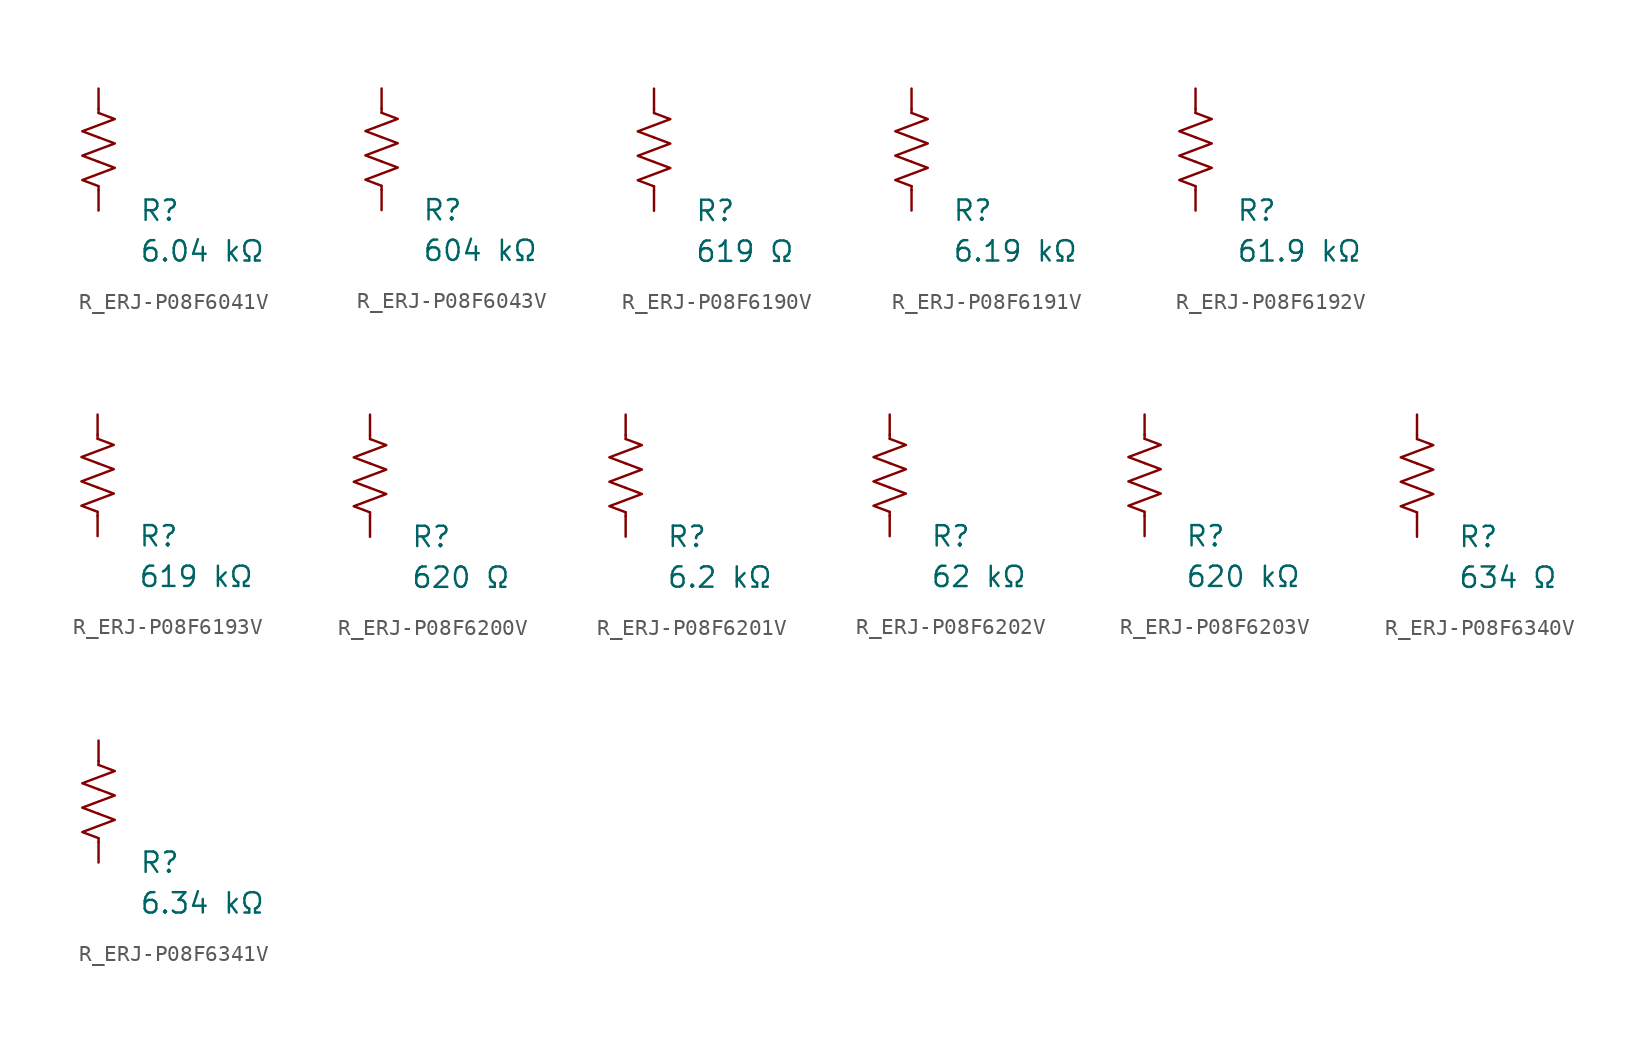
<source format=kicad_sym>
(kicad_symbol_lib
  (version 20231120)
  (generator "kicad_symbol_editor")
  (generator_version "8.0")
  (symbol "R_ERJ-P08F6041V"
    (pin_numbers hide)
    (pin_names
      (offset 0))
    (property "Reference" "R"
      (at 2.54 -3.81 0)
      (effects (font (size 1.27 1.27)) (justify left))
      (show_name no))
    (property "Value" "6.04 kΩ"
      (at 2.54 -6.35 0)
      (effects (font (size 1.27 1.27)) (justify left))
      (show_name no))
    (symbol "R_ERJ-P08F6041V_0_1"
      (polyline (pts (xy 0 -2.286) (xy 0 -2.54)) (stroke (width 0) (type default)) (fill (type none)))
      (polyline (pts (xy 0 2.286) (xy 0 2.54)) (stroke (width 0) (type default)) (fill (type none)))
      (polyline (pts (xy 0 -0.762) (xy 1.016 -1.143) (xy 0 -1.524) (xy -1.016 -1.905) (xy 0 -2.286)) (stroke (width 0) (type default)) (fill (type none)))
      (polyline (pts (xy 0 0.762) (xy 1.016 0.381) (xy 0 0) (xy -1.016 -0.381) (xy 0 -0.762)) (stroke (width 0) (type default)) (fill (type none)))
      (polyline (pts (xy 0 2.286) (xy 1.016 1.905) (xy 0 1.524) (xy -1.016 1.143) (xy 0 0.762)) (stroke (width 0) (type default)) (fill (type none))))
    (symbol "R_ERJ-P08F6041V_1_1"
      (pin passive line (at 0 3.81 270) (length 1.27) (name "~" (effects (font (size 1.27 1.27)))) (number "1" (effects (font (size 1.27 1.27)))))
      (pin passive line (at 0 -3.81 90) (length 1.27) (name "~" (effects (font (size 1.27 1.27)))) (number "2" (effects (font (size 1.27 1.27)))))))
  (symbol "R_ERJ-P08F6043V"
    (pin_numbers hide)
    (pin_names
      (offset 0))
    (property "Reference" "R"
      (at 2.54 -3.81 0)
      (effects (font (size 1.27 1.27)) (justify left))
      (show_name no))
    (property "Value" "604 kΩ"
      (at 2.54 -6.35 0)
      (effects (font (size 1.27 1.27)) (justify left))
      (show_name no))
    (symbol "R_ERJ-P08F6043V_0_1"
      (polyline (pts (xy 0 -2.286) (xy 0 -2.54)) (stroke (width 0) (type default)) (fill (type none)))
      (polyline (pts (xy 0 2.286) (xy 0 2.54)) (stroke (width 0) (type default)) (fill (type none)))
      (polyline (pts (xy 0 -0.762) (xy 1.016 -1.143) (xy 0 -1.524) (xy -1.016 -1.905) (xy 0 -2.286)) (stroke (width 0) (type default)) (fill (type none)))
      (polyline (pts (xy 0 0.762) (xy 1.016 0.381) (xy 0 0) (xy -1.016 -0.381) (xy 0 -0.762)) (stroke (width 0) (type default)) (fill (type none)))
      (polyline (pts (xy 0 2.286) (xy 1.016 1.905) (xy 0 1.524) (xy -1.016 1.143) (xy 0 0.762)) (stroke (width 0) (type default)) (fill (type none))))
    (symbol "R_ERJ-P08F6043V_1_1"
      (pin passive line (at 0 3.81 270) (length 1.27) (name "~" (effects (font (size 1.27 1.27)))) (number "1" (effects (font (size 1.27 1.27)))))
      (pin passive line (at 0 -3.81 90) (length 1.27) (name "~" (effects (font (size 1.27 1.27)))) (number "2" (effects (font (size 1.27 1.27)))))))
  (symbol "R_ERJ-P08F6190V"
    (pin_numbers hide)
    (pin_names
      (offset 0))
    (property "Reference" "R"
      (at 2.54 -3.81 0)
      (effects (font (size 1.27 1.27)) (justify left))
      (show_name no))
    (property "Value" "619 Ω"
      (at 2.54 -6.35 0)
      (effects (font (size 1.27 1.27)) (justify left))
      (show_name no))
    (symbol "R_ERJ-P08F6190V_0_1"
      (polyline (pts (xy 0 -2.286) (xy 0 -2.54)) (stroke (width 0) (type default)) (fill (type none)))
      (polyline (pts (xy 0 2.286) (xy 0 2.54)) (stroke (width 0) (type default)) (fill (type none)))
      (polyline (pts (xy 0 -0.762) (xy 1.016 -1.143) (xy 0 -1.524) (xy -1.016 -1.905) (xy 0 -2.286)) (stroke (width 0) (type default)) (fill (type none)))
      (polyline (pts (xy 0 0.762) (xy 1.016 0.381) (xy 0 0) (xy -1.016 -0.381) (xy 0 -0.762)) (stroke (width 0) (type default)) (fill (type none)))
      (polyline (pts (xy 0 2.286) (xy 1.016 1.905) (xy 0 1.524) (xy -1.016 1.143) (xy 0 0.762)) (stroke (width 0) (type default)) (fill (type none))))
    (symbol "R_ERJ-P08F6190V_1_1"
      (pin passive line (at 0 3.81 270) (length 1.27) (name "~" (effects (font (size 1.27 1.27)))) (number "1" (effects (font (size 1.27 1.27)))))
      (pin passive line (at 0 -3.81 90) (length 1.27) (name "~" (effects (font (size 1.27 1.27)))) (number "2" (effects (font (size 1.27 1.27)))))))
  (symbol "R_ERJ-P08F6191V"
    (pin_numbers hide)
    (pin_names
      (offset 0))
    (property "Reference" "R"
      (at 2.54 -3.81 0)
      (effects (font (size 1.27 1.27)) (justify left))
      (show_name no))
    (property "Value" "6.19 kΩ"
      (at 2.54 -6.35 0)
      (effects (font (size 1.27 1.27)) (justify left))
      (show_name no))
    (symbol "R_ERJ-P08F6191V_0_1"
      (polyline (pts (xy 0 -2.286) (xy 0 -2.54)) (stroke (width 0) (type default)) (fill (type none)))
      (polyline (pts (xy 0 2.286) (xy 0 2.54)) (stroke (width 0) (type default)) (fill (type none)))
      (polyline (pts (xy 0 -0.762) (xy 1.016 -1.143) (xy 0 -1.524) (xy -1.016 -1.905) (xy 0 -2.286)) (stroke (width 0) (type default)) (fill (type none)))
      (polyline (pts (xy 0 0.762) (xy 1.016 0.381) (xy 0 0) (xy -1.016 -0.381) (xy 0 -0.762)) (stroke (width 0) (type default)) (fill (type none)))
      (polyline (pts (xy 0 2.286) (xy 1.016 1.905) (xy 0 1.524) (xy -1.016 1.143) (xy 0 0.762)) (stroke (width 0) (type default)) (fill (type none))))
    (symbol "R_ERJ-P08F6191V_1_1"
      (pin passive line (at 0 3.81 270) (length 1.27) (name "~" (effects (font (size 1.27 1.27)))) (number "1" (effects (font (size 1.27 1.27)))))
      (pin passive line (at 0 -3.81 90) (length 1.27) (name "~" (effects (font (size 1.27 1.27)))) (number "2" (effects (font (size 1.27 1.27)))))))
  (symbol "R_ERJ-P08F6192V"
    (pin_numbers hide)
    (pin_names
      (offset 0))
    (property "Reference" "R"
      (at 2.54 -3.81 0)
      (effects (font (size 1.27 1.27)) (justify left))
      (show_name no))
    (property "Value" "61.9 kΩ"
      (at 2.54 -6.35 0)
      (effects (font (size 1.27 1.27)) (justify left))
      (show_name no))
    (symbol "R_ERJ-P08F6192V_0_1"
      (polyline (pts (xy 0 -2.286) (xy 0 -2.54)) (stroke (width 0) (type default)) (fill (type none)))
      (polyline (pts (xy 0 2.286) (xy 0 2.54)) (stroke (width 0) (type default)) (fill (type none)))
      (polyline (pts (xy 0 -0.762) (xy 1.016 -1.143) (xy 0 -1.524) (xy -1.016 -1.905) (xy 0 -2.286)) (stroke (width 0) (type default)) (fill (type none)))
      (polyline (pts (xy 0 0.762) (xy 1.016 0.381) (xy 0 0) (xy -1.016 -0.381) (xy 0 -0.762)) (stroke (width 0) (type default)) (fill (type none)))
      (polyline (pts (xy 0 2.286) (xy 1.016 1.905) (xy 0 1.524) (xy -1.016 1.143) (xy 0 0.762)) (stroke (width 0) (type default)) (fill (type none))))
    (symbol "R_ERJ-P08F6192V_1_1"
      (pin passive line (at 0 3.81 270) (length 1.27) (name "~" (effects (font (size 1.27 1.27)))) (number "1" (effects (font (size 1.27 1.27)))))
      (pin passive line (at 0 -3.81 90) (length 1.27) (name "~" (effects (font (size 1.27 1.27)))) (number "2" (effects (font (size 1.27 1.27)))))))
  (symbol "R_ERJ-P08F6193V"
    (pin_numbers hide)
    (pin_names
      (offset 0))
    (property "Reference" "R"
      (at 2.54 -3.81 0)
      (effects (font (size 1.27 1.27)) (justify left))
      (show_name no))
    (property "Value" "619 kΩ"
      (at 2.54 -6.35 0)
      (effects (font (size 1.27 1.27)) (justify left))
      (show_name no))
    (symbol "R_ERJ-P08F6193V_0_1"
      (polyline (pts (xy 0 -2.286) (xy 0 -2.54)) (stroke (width 0) (type default)) (fill (type none)))
      (polyline (pts (xy 0 2.286) (xy 0 2.54)) (stroke (width 0) (type default)) (fill (type none)))
      (polyline (pts (xy 0 -0.762) (xy 1.016 -1.143) (xy 0 -1.524) (xy -1.016 -1.905) (xy 0 -2.286)) (stroke (width 0) (type default)) (fill (type none)))
      (polyline (pts (xy 0 0.762) (xy 1.016 0.381) (xy 0 0) (xy -1.016 -0.381) (xy 0 -0.762)) (stroke (width 0) (type default)) (fill (type none)))
      (polyline (pts (xy 0 2.286) (xy 1.016 1.905) (xy 0 1.524) (xy -1.016 1.143) (xy 0 0.762)) (stroke (width 0) (type default)) (fill (type none))))
    (symbol "R_ERJ-P08F6193V_1_1"
      (pin passive line (at 0 3.81 270) (length 1.27) (name "~" (effects (font (size 1.27 1.27)))) (number "1" (effects (font (size 1.27 1.27)))))
      (pin passive line (at 0 -3.81 90) (length 1.27) (name "~" (effects (font (size 1.27 1.27)))) (number "2" (effects (font (size 1.27 1.27)))))))
  (symbol "R_ERJ-P08F6200V"
    (pin_numbers hide)
    (pin_names
      (offset 0))
    (property "Reference" "R"
      (at 2.54 -3.81 0)
      (effects (font (size 1.27 1.27)) (justify left))
      (show_name no))
    (property "Value" "620 Ω"
      (at 2.54 -6.35 0)
      (effects (font (size 1.27 1.27)) (justify left))
      (show_name no))
    (symbol "R_ERJ-P08F6200V_0_1"
      (polyline (pts (xy 0 -2.286) (xy 0 -2.54)) (stroke (width 0) (type default)) (fill (type none)))
      (polyline (pts (xy 0 2.286) (xy 0 2.54)) (stroke (width 0) (type default)) (fill (type none)))
      (polyline (pts (xy 0 -0.762) (xy 1.016 -1.143) (xy 0 -1.524) (xy -1.016 -1.905) (xy 0 -2.286)) (stroke (width 0) (type default)) (fill (type none)))
      (polyline (pts (xy 0 0.762) (xy 1.016 0.381) (xy 0 0) (xy -1.016 -0.381) (xy 0 -0.762)) (stroke (width 0) (type default)) (fill (type none)))
      (polyline (pts (xy 0 2.286) (xy 1.016 1.905) (xy 0 1.524) (xy -1.016 1.143) (xy 0 0.762)) (stroke (width 0) (type default)) (fill (type none))))
    (symbol "R_ERJ-P08F6200V_1_1"
      (pin passive line (at 0 3.81 270) (length 1.27) (name "~" (effects (font (size 1.27 1.27)))) (number "1" (effects (font (size 1.27 1.27)))))
      (pin passive line (at 0 -3.81 90) (length 1.27) (name "~" (effects (font (size 1.27 1.27)))) (number "2" (effects (font (size 1.27 1.27)))))))
  (symbol "R_ERJ-P08F6201V"
    (pin_numbers hide)
    (pin_names
      (offset 0))
    (property "Reference" "R"
      (at 2.54 -3.81 0)
      (effects (font (size 1.27 1.27)) (justify left))
      (show_name no))
    (property "Value" "6.2 kΩ"
      (at 2.54 -6.35 0)
      (effects (font (size 1.27 1.27)) (justify left))
      (show_name no))
    (symbol "R_ERJ-P08F6201V_0_1"
      (polyline (pts (xy 0 -2.286) (xy 0 -2.54)) (stroke (width 0) (type default)) (fill (type none)))
      (polyline (pts (xy 0 2.286) (xy 0 2.54)) (stroke (width 0) (type default)) (fill (type none)))
      (polyline (pts (xy 0 -0.762) (xy 1.016 -1.143) (xy 0 -1.524) (xy -1.016 -1.905) (xy 0 -2.286)) (stroke (width 0) (type default)) (fill (type none)))
      (polyline (pts (xy 0 0.762) (xy 1.016 0.381) (xy 0 0) (xy -1.016 -0.381) (xy 0 -0.762)) (stroke (width 0) (type default)) (fill (type none)))
      (polyline (pts (xy 0 2.286) (xy 1.016 1.905) (xy 0 1.524) (xy -1.016 1.143) (xy 0 0.762)) (stroke (width 0) (type default)) (fill (type none))))
    (symbol "R_ERJ-P08F6201V_1_1"
      (pin passive line (at 0 3.81 270) (length 1.27) (name "~" (effects (font (size 1.27 1.27)))) (number "1" (effects (font (size 1.27 1.27)))))
      (pin passive line (at 0 -3.81 90) (length 1.27) (name "~" (effects (font (size 1.27 1.27)))) (number "2" (effects (font (size 1.27 1.27)))))))
  (symbol "R_ERJ-P08F6202V"
    (pin_numbers hide)
    (pin_names
      (offset 0))
    (property "Reference" "R"
      (at 2.54 -3.81 0)
      (effects (font (size 1.27 1.27)) (justify left))
      (show_name no))
    (property "Value" "62 kΩ"
      (at 2.54 -6.35 0)
      (effects (font (size 1.27 1.27)) (justify left))
      (show_name no))
    (symbol "R_ERJ-P08F6202V_0_1"
      (polyline (pts (xy 0 -2.286) (xy 0 -2.54)) (stroke (width 0) (type default)) (fill (type none)))
      (polyline (pts (xy 0 2.286) (xy 0 2.54)) (stroke (width 0) (type default)) (fill (type none)))
      (polyline (pts (xy 0 -0.762) (xy 1.016 -1.143) (xy 0 -1.524) (xy -1.016 -1.905) (xy 0 -2.286)) (stroke (width 0) (type default)) (fill (type none)))
      (polyline (pts (xy 0 0.762) (xy 1.016 0.381) (xy 0 0) (xy -1.016 -0.381) (xy 0 -0.762)) (stroke (width 0) (type default)) (fill (type none)))
      (polyline (pts (xy 0 2.286) (xy 1.016 1.905) (xy 0 1.524) (xy -1.016 1.143) (xy 0 0.762)) (stroke (width 0) (type default)) (fill (type none))))
    (symbol "R_ERJ-P08F6202V_1_1"
      (pin passive line (at 0 3.81 270) (length 1.27) (name "~" (effects (font (size 1.27 1.27)))) (number "1" (effects (font (size 1.27 1.27)))))
      (pin passive line (at 0 -3.81 90) (length 1.27) (name "~" (effects (font (size 1.27 1.27)))) (number "2" (effects (font (size 1.27 1.27)))))))
  (symbol "R_ERJ-P08F6203V"
    (pin_numbers hide)
    (pin_names
      (offset 0))
    (property "Reference" "R"
      (at 2.54 -3.81 0)
      (effects (font (size 1.27 1.27)) (justify left))
      (show_name no))
    (property "Value" "620 kΩ"
      (at 2.54 -6.35 0)
      (effects (font (size 1.27 1.27)) (justify left))
      (show_name no))
    (symbol "R_ERJ-P08F6203V_0_1"
      (polyline (pts (xy 0 -2.286) (xy 0 -2.54)) (stroke (width 0) (type default)) (fill (type none)))
      (polyline (pts (xy 0 2.286) (xy 0 2.54)) (stroke (width 0) (type default)) (fill (type none)))
      (polyline (pts (xy 0 -0.762) (xy 1.016 -1.143) (xy 0 -1.524) (xy -1.016 -1.905) (xy 0 -2.286)) (stroke (width 0) (type default)) (fill (type none)))
      (polyline (pts (xy 0 0.762) (xy 1.016 0.381) (xy 0 0) (xy -1.016 -0.381) (xy 0 -0.762)) (stroke (width 0) (type default)) (fill (type none)))
      (polyline (pts (xy 0 2.286) (xy 1.016 1.905) (xy 0 1.524) (xy -1.016 1.143) (xy 0 0.762)) (stroke (width 0) (type default)) (fill (type none))))
    (symbol "R_ERJ-P08F6203V_1_1"
      (pin passive line (at 0 3.81 270) (length 1.27) (name "~" (effects (font (size 1.27 1.27)))) (number "1" (effects (font (size 1.27 1.27)))))
      (pin passive line (at 0 -3.81 90) (length 1.27) (name "~" (effects (font (size 1.27 1.27)))) (number "2" (effects (font (size 1.27 1.27)))))))
  (symbol "R_ERJ-P08F6340V"
    (pin_numbers hide)
    (pin_names
      (offset 0))
    (property "Reference" "R"
      (at 2.54 -3.81 0)
      (effects (font (size 1.27 1.27)) (justify left))
      (show_name no))
    (property "Value" "634 Ω"
      (at 2.54 -6.35 0)
      (effects (font (size 1.27 1.27)) (justify left))
      (show_name no))
    (symbol "R_ERJ-P08F6340V_0_1"
      (polyline (pts (xy 0 -2.286) (xy 0 -2.54)) (stroke (width 0) (type default)) (fill (type none)))
      (polyline (pts (xy 0 2.286) (xy 0 2.54)) (stroke (width 0) (type default)) (fill (type none)))
      (polyline (pts (xy 0 -0.762) (xy 1.016 -1.143) (xy 0 -1.524) (xy -1.016 -1.905) (xy 0 -2.286)) (stroke (width 0) (type default)) (fill (type none)))
      (polyline (pts (xy 0 0.762) (xy 1.016 0.381) (xy 0 0) (xy -1.016 -0.381) (xy 0 -0.762)) (stroke (width 0) (type default)) (fill (type none)))
      (polyline (pts (xy 0 2.286) (xy 1.016 1.905) (xy 0 1.524) (xy -1.016 1.143) (xy 0 0.762)) (stroke (width 0) (type default)) (fill (type none))))
    (symbol "R_ERJ-P08F6340V_1_1"
      (pin passive line (at 0 3.81 270) (length 1.27) (name "~" (effects (font (size 1.27 1.27)))) (number "1" (effects (font (size 1.27 1.27)))))
      (pin passive line (at 0 -3.81 90) (length 1.27) (name "~" (effects (font (size 1.27 1.27)))) (number "2" (effects (font (size 1.27 1.27)))))))
  (symbol "R_ERJ-P08F6341V"
    (pin_numbers hide)
    (pin_names
      (offset 0))
    (property "Reference" "R"
      (at 2.54 -3.81 0)
      (effects (font (size 1.27 1.27)) (justify left))
      (show_name no))
    (property "Value" "6.34 kΩ"
      (at 2.54 -6.35 0)
      (effects (font (size 1.27 1.27)) (justify left))
      (show_name no))
    (symbol "R_ERJ-P08F6341V_0_1"
      (polyline (pts (xy 0 -2.286) (xy 0 -2.54)) (stroke (width 0) (type default)) (fill (type none)))
      (polyline (pts (xy 0 2.286) (xy 0 2.54)) (stroke (width 0) (type default)) (fill (type none)))
      (polyline (pts (xy 0 -0.762) (xy 1.016 -1.143) (xy 0 -1.524) (xy -1.016 -1.905) (xy 0 -2.286)) (stroke (width 0) (type default)) (fill (type none)))
      (polyline (pts (xy 0 0.762) (xy 1.016 0.381) (xy 0 0) (xy -1.016 -0.381) (xy 0 -0.762)) (stroke (width 0) (type default)) (fill (type none)))
      (polyline (pts (xy 0 2.286) (xy 1.016 1.905) (xy 0 1.524) (xy -1.016 1.143) (xy 0 0.762)) (stroke (width 0) (type default)) (fill (type none))))
    (symbol "R_ERJ-P08F6341V_1_1"
      (pin passive line (at 0 3.81 270) (length 1.27) (name "~" (effects (font (size 1.27 1.27)))) (number "1" (effects (font (size 1.27 1.27)))))
      (pin passive line (at 0 -3.81 90) (length 1.27) (name "~" (effects (font (size 1.27 1.27)))) (number "2" (effects (font (size 1.27 1.27))))))))
</source>
